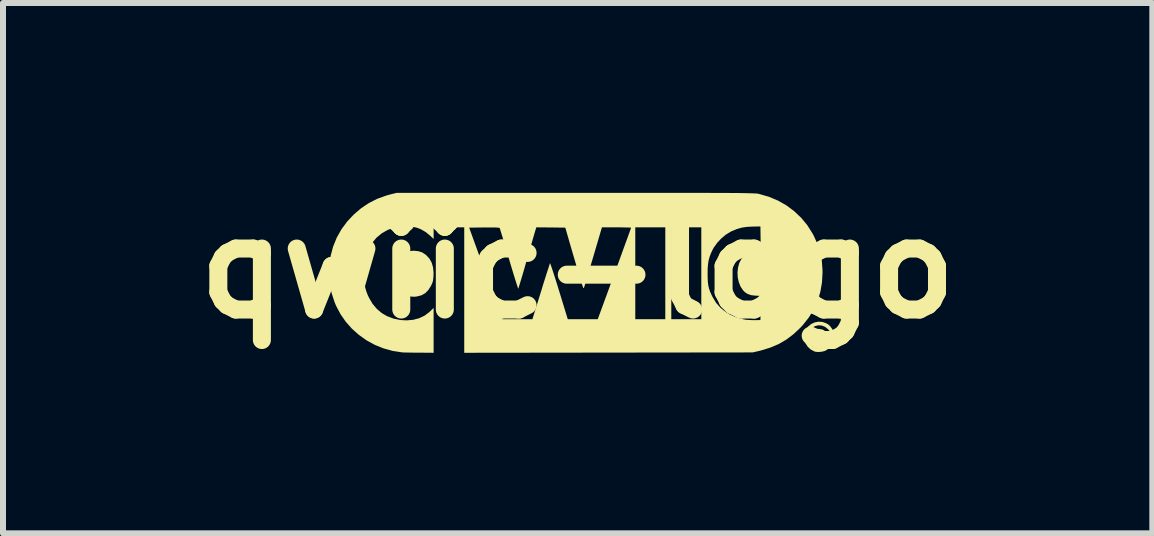
<source format=kicad_pcb>
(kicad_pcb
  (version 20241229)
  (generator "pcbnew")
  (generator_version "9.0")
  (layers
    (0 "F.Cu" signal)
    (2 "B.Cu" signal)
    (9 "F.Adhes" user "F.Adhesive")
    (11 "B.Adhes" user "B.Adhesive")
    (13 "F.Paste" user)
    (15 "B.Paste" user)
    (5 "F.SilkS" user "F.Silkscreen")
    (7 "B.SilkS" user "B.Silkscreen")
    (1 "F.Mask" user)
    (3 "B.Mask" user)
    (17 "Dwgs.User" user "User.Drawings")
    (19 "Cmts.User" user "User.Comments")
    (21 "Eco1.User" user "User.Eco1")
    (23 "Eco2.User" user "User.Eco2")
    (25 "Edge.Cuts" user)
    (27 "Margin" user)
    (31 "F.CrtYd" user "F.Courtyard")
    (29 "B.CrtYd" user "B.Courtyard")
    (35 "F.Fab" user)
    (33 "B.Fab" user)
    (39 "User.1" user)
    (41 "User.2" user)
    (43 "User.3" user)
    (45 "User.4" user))
  (footprint "qwiic-logo"
    (layer "F.Cu")
    (at 6.575 1.418)
    (property "Reference" "qwiic-logo" (at 0 0 0) (layer "F.SilkS") (effects (font (size 1.524 1.524) (thickness 0.3))))
    (attr board_only exclude_from_pos_files exclude_from_bom)
    (fp_poly (pts (xy -2.656 -0.283) (xy -2.592 -0.263) (xy -2.535 -0.226) (xy -2.52 -0.213) (xy -2.468 -0.156) (xy -2.432 -0.091) (xy -2.41 -0.015) (xy -2.401 0.073) (xy -2.402 0.127) (xy -2.406 0.175) (xy -2.411 0.211) (xy -2.42 0.242) (xy -2.435 0.276) (xy -2.446 0.298) (xy -2.489 0.366) (xy -2.54 0.417) (xy -2.602 0.452) (xy -2.676 0.471) (xy -2.714 0.476) (xy -2.755 0.475) (xy -2.798 0.47) (xy -2.811 0.467) (xy -2.887 0.436) (xy -2.95 0.391) (xy -2.999 0.331) (xy -3.033 0.258) (xy -3.053 0.172) (xy -3.058 0.125) (xy -3.056 0.028) (xy -3.04 -0.055) (xy -3.01 -0.127) (xy -2.964 -0.19) (xy -2.938 -0.215) (xy -2.881 -0.256) (xy -2.819 -0.28) (xy -2.746 -0.29) (xy -2.73 -0.29)) (stroke (width 0) (type solid)) (fill yes) (layer "F.SilkS"))
    (fp_poly (pts (xy 3.982 1.01) (xy 4.036 1.014) (xy 4.079 1.023) (xy 4.11 1.038) (xy 4.12 1.05) (xy 4.129 1.083) (xy 4.128 1.12) (xy 4.116 1.152) (xy 4.11 1.16) (xy 4.096 1.175) (xy 4.095 1.187) (xy 4.106 1.206) (xy 4.108 1.208) (xy 4.127 1.236) (xy 4.134 1.252) (xy 4.13 1.258) (xy 4.114 1.26) (xy 4.107 1.26) (xy 4.083 1.257) (xy 4.068 1.244) (xy 4.057 1.225) (xy 4.042 1.201) (xy 4.025 1.191) (xy 4.01 1.19) (xy 3.99 1.192) (xy 3.982 1.202) (xy 3.98 1.225) (xy 3.978 1.249) (xy 3.97 1.258) (xy 3.955 1.26) (xy 3.93 1.26) (xy 3.93 1.059) (xy 3.98 1.059) (xy 3.98 1.141) (xy 4.021 1.138) (xy 4.055 1.131) (xy 4.074 1.117) (xy 4.08 1.095) (xy 4.068 1.076) (xy 4.04 1.065) (xy 4.021 1.062) (xy 3.98 1.059) (xy 3.93 1.059) (xy 3.93 1.01)) (stroke (width 0) (type solid)) (fill yes) (layer "F.SilkS"))
    (fp_poly (pts (xy 4.077 0.896) (xy 4.141 0.918) (xy 4.183 0.944) (xy 4.207 0.968) (xy 4.232 1.001) (xy 4.246 1.022) (xy 4.262 1.056) (xy 4.271 1.087) (xy 4.274 1.124) (xy 4.275 1.145) (xy 4.265 1.217) (xy 4.239 1.279) (xy 4.195 1.331) (xy 4.135 1.372) (xy 4.096 1.386) (xy 4.047 1.395) (xy 3.997 1.397) (xy 3.955 1.391) (xy 3.945 1.388) (xy 3.883 1.355) (xy 3.834 1.31) (xy 3.798 1.255) (xy 3.777 1.193) (xy 3.773 1.135) (xy 3.83 1.135) (xy 3.835 1.191) (xy 3.856 1.243) (xy 3.873 1.267) (xy 3.921 1.308) (xy 3.975 1.332) (xy 4.034 1.339) (xy 4.092 1.327) (xy 4.098 1.325) (xy 4.149 1.294) (xy 4.187 1.252) (xy 4.211 1.202) (xy 4.221 1.148) (xy 4.215 1.094) (xy 4.193 1.043) (xy 4.172 1.017) (xy 4.123 0.978) (xy 4.068 0.956) (xy 4.01 0.952) (xy 3.954 0.966) (xy 3.902 0.996) (xy 3.867 1.032) (xy 3.84 1.08) (xy 3.83 1.135) (xy 3.773 1.135) (xy 3.773 1.129) (xy 3.785 1.064) (xy 3.799 1.033) (xy 3.838 0.975) (xy 3.889 0.932) (xy 3.948 0.904) (xy 4.012 0.892)) (stroke (width 0) (type solid)) (fill yes) (layer "F.SilkS"))
    (fp_poly (pts (xy 0.254 -1.255) (xy 0.525 -1.255) (xy 0.776 -1.255) (xy 1.01 -1.255) (xy 1.226 -1.255) (xy 1.426 -1.255) (xy 1.61 -1.255) (xy 1.778 -1.254) (xy 1.932 -1.254) (xy 2.073 -1.254) (xy 2.2 -1.254) (xy 2.315 -1.253) (xy 2.418 -1.253) (xy 2.51 -1.253) (xy 2.591 -1.252) (xy 2.663 -1.252) (xy 2.726 -1.251) (xy 2.78 -1.25) (xy 2.827 -1.249) (xy 2.867 -1.248) (xy 2.901 -1.247) (xy 2.929 -1.246) (xy 2.952 -1.245) (xy 2.971 -1.244) (xy 2.986 -1.243) (xy 2.999 -1.241) (xy 3.009 -1.24) (xy 3.018 -1.238) (xy 3.025 -1.236) (xy 3.187 -1.189) (xy 3.339 -1.125) (xy 3.48 -1.045) (xy 3.608 -0.949) (xy 3.724 -0.839) (xy 3.826 -0.716) (xy 3.913 -0.578) (xy 3.933 -0.541) (xy 3.996 -0.403) (xy 4.04 -0.265) (xy 4.068 -0.123) (xy 4.079 0.028) (xy 4.08 0.07) (xy 4.071 0.236) (xy 4.044 0.393) (xy 3.999 0.543) (xy 3.935 0.685) (xy 3.853 0.82) (xy 3.752 0.948) (xy 3.708 0.995) (xy 3.595 1.101) (xy 3.476 1.191) (xy 3.348 1.265) (xy 3.209 1.324) (xy 3.056 1.371) (xy 3.012 1.382) (xy 2.915 1.404) (xy 0.512 1.407) (xy -1.89 1.41) (xy -1.89 -0.675) (xy -1.808 -0.675) (xy -1.532 0.087) (xy -1.255 0.85) (xy -1.004 0.85) (xy -0.754 0.85) (xy -0.61 0.388) (xy -0.582 0.295) (xy -0.555 0.209) (xy -0.53 0.13) (xy -0.508 0.061) (xy -0.489 0.003) (xy -0.475 -0.041) (xy -0.465 -0.07) (xy -0.46 -0.083) (xy -0.46 -0.083) (xy -0.456 -0.075) (xy -0.447 -0.05) (xy -0.433 -0.009) (xy -0.415 0.045) (xy -0.393 0.112) (xy -0.369 0.188) (xy -0.342 0.273) (xy -0.314 0.365) (xy -0.309 0.38) (xy -0.165 0.85) (xy 0.085 0.85) (xy 0.335 0.85) (xy 0.96 0.85) (xy 1.46 0.85) (xy 1.56 0.85) (xy 2.06 0.85) (xy 2.06 0.09) (xy 2.165 0.09) (xy 2.166 0.17) (xy 2.17 0.235) (xy 2.177 0.291) (xy 2.189 0.341) (xy 2.206 0.391) (xy 2.231 0.447) (xy 2.246 0.478) (xy 2.305 0.576) (xy 2.379 0.66) (xy 2.467 0.731) (xy 2.535 0.772) (xy 2.627 0.814) (xy 2.715 0.843) (xy 2.805 0.86) (xy 2.904 0.866) (xy 2.95 0.866) (xy 3.045 0.865) (xy 3.048 0.664) (xy 3.05 0.462) (xy 2.962 0.458) (xy 2.891 0.45) (xy 2.833 0.431) (xy 2.785 0.399) (xy 2.756 0.369) (xy 2.713 0.305) (xy 2.684 0.231) (xy 2.667 0.152) (xy 2.663 0.07) (xy 2.672 -0.01) (xy 2.693 -0.086) (xy 2.727 -0.152) (xy 2.773 -0.207) (xy 2.822 -0.244) (xy 2.871 -0.267) (xy 2.929 -0.278) (xy 2.973 -0.28) (xy 3.05 -0.28) (xy 3.048 -0.487) (xy 3.045 -0.695) (xy 2.92 -0.693) (xy 2.82 -0.688) (xy 2.733 -0.675) (xy 2.651 -0.651) (xy 2.568 -0.617) (xy 2.55 -0.608) (xy 2.47 -0.559) (xy 2.393 -0.495) (xy 2.324 -0.421) (xy 2.268 -0.343) (xy 2.252 -0.314) (xy 2.221 -0.249) (xy 2.198 -0.189) (xy 2.182 -0.13) (xy 2.172 -0.066) (xy 2.166 0.007) (xy 2.165 0.09) (xy 2.06 0.09) (xy 2.06 -0.68) (xy 1.56 -0.68) (xy 1.56 0.85) (xy 1.46 0.85) (xy 1.46 -0.68) (xy 0.96 -0.68) (xy 0.96 0.85) (xy 0.335 0.85) (xy 0.613 0.091) (xy 0.656 -0.026) (xy 0.697 -0.139) (xy 0.735 -0.244) (xy 0.77 -0.341) (xy 0.802 -0.429) (xy 0.83 -0.505) (xy 0.853 -0.569) (xy 0.871 -0.619) (xy 0.883 -0.653) (xy 0.889 -0.671) (xy 0.89 -0.674) (xy 0.88 -0.675) (xy 0.854 -0.677) (xy 0.812 -0.678) (xy 0.759 -0.679) (xy 0.697 -0.68) (xy 0.647 -0.68) (xy 0.404 -0.68) (xy 0.261 -0.193) (xy 0.232 -0.097) (xy 0.205 -0.006) (xy 0.181 0.078) (xy 0.158 0.153) (xy 0.139 0.216) (xy 0.124 0.267) (xy 0.113 0.303) (xy 0.106 0.322) (xy 0.106 0.324) (xy 0.104 0.329) (xy 0.101 0.332) (xy 0.098 0.332) (xy 0.094 0.327) (xy 0.089 0.317) (xy 0.083 0.3) (xy 0.074 0.275) (xy 0.063 0.242) (xy 0.05 0.198) (xy 0.033 0.144) (xy 0.013 0.077) (xy -0.011 -0.004) (xy -0.038 -0.098) (xy -0.071 -0.209) (xy -0.108 -0.336) (xy -0.15 -0.481) (xy -0.158 -0.51) (xy -0.206 -0.675) (xy -0.447 -0.678) (xy -0.689 -0.68) (xy -0.714 -0.598) (xy -0.722 -0.57) (xy -0.735 -0.526) (xy -0.752 -0.468) (xy -0.772 -0.398) (xy -0.795 -0.319) (xy -0.82 -0.232) (xy -0.846 -0.142) (xy -0.861 -0.09) (xy -0.886 -0.001) (xy -0.91 0.081) (xy -0.932 0.156) (xy -0.952 0.221) (xy -0.968 0.274) (xy -0.98 0.313) (xy -0.987 0.337) (xy -0.99 0.342) (xy -0.993 0.335) (xy -1.002 0.309) (xy -1.016 0.268) (xy -1.033 0.213) (xy -1.054 0.146) (xy -1.078 0.068) (xy -1.104 -0.018) (xy -1.132 -0.112) (xy -1.144 -0.154) (xy -1.173 -0.251) (xy -1.2 -0.342) (xy -1.225 -0.426) (xy -1.247 -0.5) (xy -1.266 -0.563) (xy -1.282 -0.613) (xy -1.292 -0.648) (xy -1.299 -0.667) (xy -1.3 -0.669) (xy -1.31 -0.673) (xy -1.338 -0.676) (xy -1.382 -0.678) (xy -1.445 -0.678) (xy -1.527 -0.678) (xy -1.557 -0.678) (xy -1.808 -0.675) (xy -1.89 -0.675) (xy -1.89 -0.68) (xy -2.4 -0.68) (xy -2.4 -0.486) (xy -2.453 -0.537) (xy -2.531 -0.601) (xy -2.617 -0.65) (xy -2.67 -0.671) (xy -2.722 -0.684) (xy -2.786 -0.692) (xy -2.859 -0.695) (xy -2.932 -0.694) (xy -3 -0.688) (xy -3.058 -0.677) (xy -3.059 -0.676) (xy -3.168 -0.636) (xy -3.266 -0.579) (xy -3.353 -0.507) (xy -3.426 -0.419) (xy -3.483 -0.325) (xy -3.52 -0.232) (xy -3.548 -0.127) (xy -3.564 -0.016) (xy -3.568 0.098) (xy -3.562 0.183) (xy -3.552 0.263) (xy -3.538 0.33) (xy -3.52 0.391) (xy -3.496 0.453) (xy -3.473 0.5) (xy -3.417 0.595) (xy -3.347 0.678) (xy -3.265 0.748) (xy -3.18 0.798) (xy -3.071 0.84) (xy -2.956 0.864) (xy -2.853 0.87) (xy -2.743 0.861) (xy -2.643 0.835) (xy -2.552 0.792) (xy -2.472 0.732) (xy -2.459 0.72) (xy -2.4 0.662) (xy -2.4 1.41) (xy -2.643 1.408) (xy -2.713 1.408) (xy -2.778 1.407) (xy -2.836 1.406) (xy -2.882 1.405) (xy -2.914 1.404) (xy -2.925 1.403) (xy -3.082 1.379) (xy -3.234 1.337) (xy -3.38 1.278) (xy -3.517 1.203) (xy -3.644 1.113) (xy -3.76 1.01) (xy -3.863 0.894) (xy -3.951 0.767) (xy -4.024 0.63) (xy -4.051 0.565) (xy -4.1 0.414) (xy -4.132 0.261) (xy -4.146 0.109) (xy -4.141 -0.039) (xy -4.116 -0.205) (xy -4.074 -0.361) (xy -4.014 -0.509) (xy -3.936 -0.647) (xy -3.84 -0.777) (xy -3.732 -0.892) (xy -3.611 -0.996) (xy -3.48 -1.084) (xy -3.34 -1.155) (xy -3.188 -1.21) (xy -3.123 -1.228) (xy -3.015 -1.255) (xy -0.035 -1.255)) (stroke (width 0) (type solid)) (fill yes) (layer "F.SilkS")))
  (gr_rect
    (start -3 -3)
    (end 16.15 5.836)
    (stroke (width 0.1) (type default))
    (fill no)
    (layer "Edge.Cuts")))
</source>
